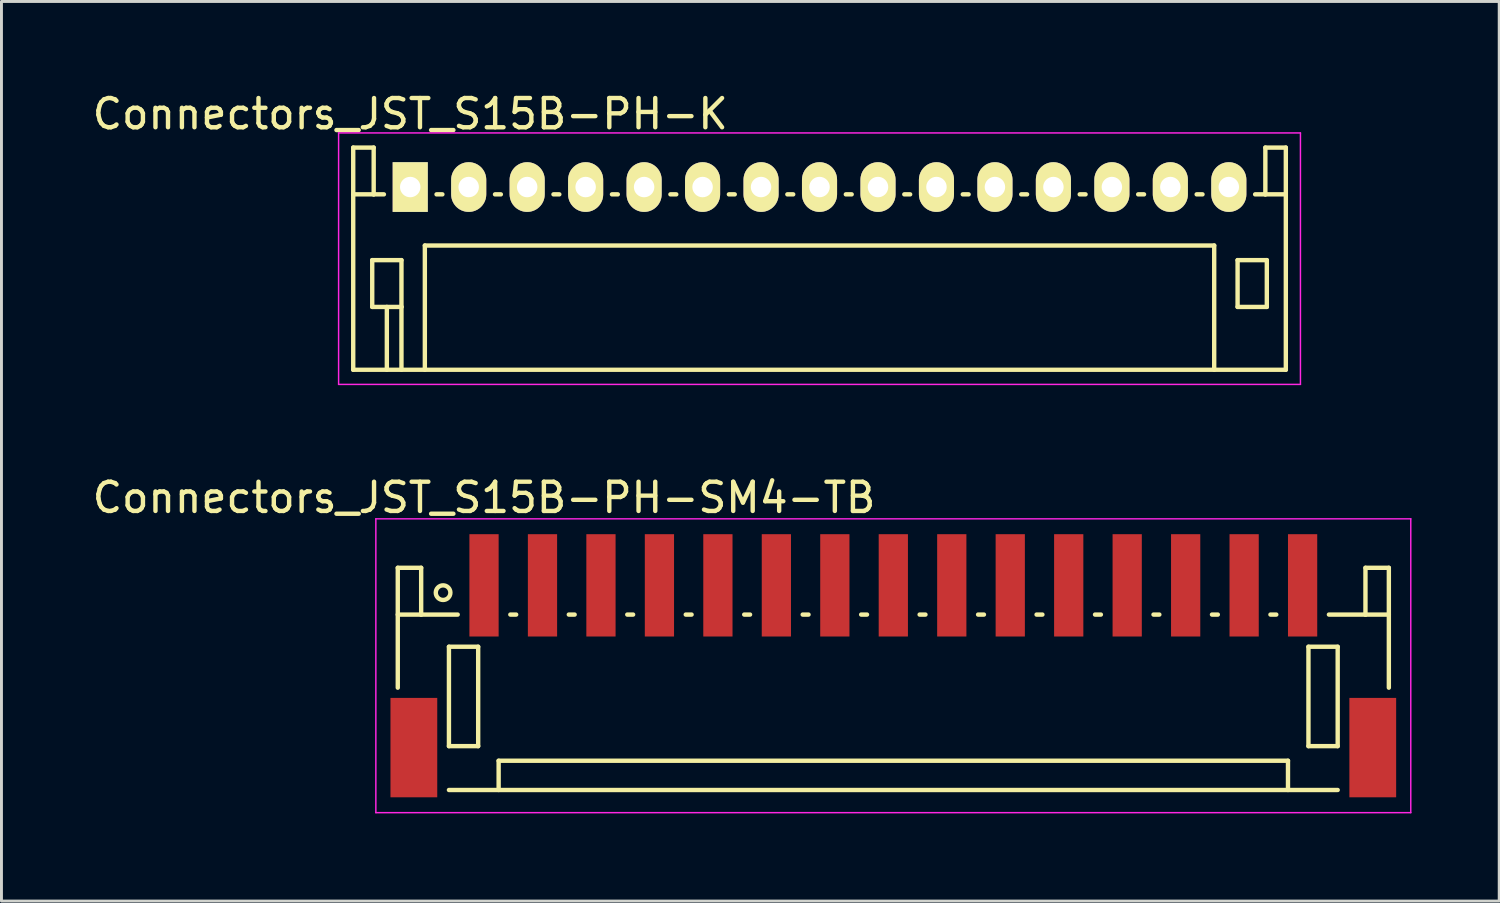
<source format=kicad_pcb>
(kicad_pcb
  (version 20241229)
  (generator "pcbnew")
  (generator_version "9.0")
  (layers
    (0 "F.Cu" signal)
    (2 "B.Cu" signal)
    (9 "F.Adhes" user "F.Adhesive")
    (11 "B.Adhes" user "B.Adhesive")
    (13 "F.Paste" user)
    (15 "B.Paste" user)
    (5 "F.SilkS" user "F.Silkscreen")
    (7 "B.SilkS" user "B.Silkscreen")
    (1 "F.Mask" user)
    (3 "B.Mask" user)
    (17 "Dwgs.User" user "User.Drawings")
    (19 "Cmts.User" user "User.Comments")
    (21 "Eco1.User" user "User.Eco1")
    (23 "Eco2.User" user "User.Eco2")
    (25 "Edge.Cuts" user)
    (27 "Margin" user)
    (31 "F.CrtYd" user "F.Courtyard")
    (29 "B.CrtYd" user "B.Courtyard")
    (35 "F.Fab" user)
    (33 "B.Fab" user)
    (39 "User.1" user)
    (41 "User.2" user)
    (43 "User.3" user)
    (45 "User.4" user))
  (footprint "Connectors_JST_S15B-PH-K"
    (layer "F.Cu")
    (at 10.982 3.348)
    (property "Reference" "Connectors_JST_S15B-PH-K" (at 0 -2.5 0) (layer "F.SilkS") (effects (font (size 1 1) (thickness 0.15))))
    (attr through_hole)
    (fp_line (start -1.95 -1.35) (end -1.95 6.25) (stroke (width 0.15) (type solid)) (layer "F.SilkS"))
    (fp_line (start -1.95 0.25) (end -1.25 0.25) (stroke (width 0.15) (type solid)) (layer "F.SilkS"))
    (fp_line (start -1.95 6.25) (end 29.95 6.25) (stroke (width 0.15) (type solid)) (layer "F.SilkS"))
    (fp_line (start -1.3 2.5) (end -1.3 4.1) (stroke (width 0.15) (type solid)) (layer "F.SilkS"))
    (fp_line (start -1.3 4.1) (end -0.3 4.1) (stroke (width 0.15) (type solid)) (layer "F.SilkS"))
    (fp_line (start -1.25 -1.35) (end -1.95 -1.35) (stroke (width 0.15) (type solid)) (layer "F.SilkS"))
    (fp_line (start -1.25 0.25) (end -1.25 -1.35) (stroke (width 0.15) (type solid)) (layer "F.SilkS"))
    (fp_line (start -0.9 0.25) (end -1.25 0.25) (stroke (width 0.15) (type solid)) (layer "F.SilkS"))
    (fp_line (start -0.8 4.1) (end -0.8 6.25) (stroke (width 0.15) (type solid)) (layer "F.SilkS"))
    (fp_line (start -0.3 2.5) (end -1.3 2.5) (stroke (width 0.15) (type solid)) (layer "F.SilkS"))
    (fp_line (start -0.3 4.1) (end -0.3 2.5) (stroke (width 0.15) (type solid)) (layer "F.SilkS"))
    (fp_line (start -0.3 4.1) (end -0.3 6.25) (stroke (width 0.15) (type solid)) (layer "F.SilkS"))
    (fp_line (start 0.5 2) (end 27.5 2) (stroke (width 0.15) (type solid)) (layer "F.SilkS"))
    (fp_line (start 0.5 6.25) (end 0.5 2) (stroke (width 0.15) (type solid)) (layer "F.SilkS"))
    (fp_line (start 0.9 0.25) (end 1.1 0.25) (stroke (width 0.15) (type solid)) (layer "F.SilkS"))
    (fp_line (start 2.9 0.25) (end 3.1 0.25) (stroke (width 0.15) (type solid)) (layer "F.SilkS"))
    (fp_line (start 4.9 0.25) (end 5.1 0.25) (stroke (width 0.15) (type solid)) (layer "F.SilkS"))
    (fp_line (start 6.9 0.25) (end 7.1 0.25) (stroke (width 0.15) (type solid)) (layer "F.SilkS"))
    (fp_line (start 8.9 0.25) (end 9.1 0.25) (stroke (width 0.15) (type solid)) (layer "F.SilkS"))
    (fp_line (start 10.9 0.25) (end 11.1 0.25) (stroke (width 0.15) (type solid)) (layer "F.SilkS"))
    (fp_line (start 12.9 0.25) (end 13.1 0.25) (stroke (width 0.15) (type solid)) (layer "F.SilkS"))
    (fp_line (start 14.9 0.25) (end 15.1 0.25) (stroke (width 0.15) (type solid)) (layer "F.SilkS"))
    (fp_line (start 16.9 0.25) (end 17.1 0.25) (stroke (width 0.15) (type solid)) (layer "F.SilkS"))
    (fp_line (start 18.9 0.25) (end 19.1 0.25) (stroke (width 0.15) (type solid)) (layer "F.SilkS"))
    (fp_line (start 20.9 0.25) (end 21.1 0.25) (stroke (width 0.15) (type solid)) (layer "F.SilkS"))
    (fp_line (start 22.9 0.25) (end 23.1 0.25) (stroke (width 0.15) (type solid)) (layer "F.SilkS"))
    (fp_line (start 24.9 0.25) (end 25.1 0.25) (stroke (width 0.15) (type solid)) (layer "F.SilkS"))
    (fp_line (start 26.9 0.25) (end 27.1 0.25) (stroke (width 0.15) (type solid)) (layer "F.SilkS"))
    (fp_line (start 27.5 2) (end 27.5 6.25) (stroke (width 0.15) (type solid)) (layer "F.SilkS"))
    (fp_line (start 28.3 2.5) (end 29.3 2.5) (stroke (width 0.15) (type solid)) (layer "F.SilkS"))
    (fp_line (start 28.3 4.1) (end 28.3 2.5) (stroke (width 0.15) (type solid)) (layer "F.SilkS"))
    (fp_line (start 29.25 -1.35) (end 29.25 0.25) (stroke (width 0.15) (type solid)) (layer "F.SilkS"))
    (fp_line (start 29.25 0.25) (end 28.9 0.25) (stroke (width 0.15) (type solid)) (layer "F.SilkS"))
    (fp_line (start 29.3 2.5) (end 29.3 4.1) (stroke (width 0.15) (type solid)) (layer "F.SilkS"))
    (fp_line (start 29.3 4.1) (end 28.3 4.1) (stroke (width 0.15) (type solid)) (layer "F.SilkS"))
    (fp_line (start 29.95 -1.35) (end 29.25 -1.35) (stroke (width 0.15) (type solid)) (layer "F.SilkS"))
    (fp_line (start 29.95 0.25) (end 29.25 0.25) (stroke (width 0.15) (type solid)) (layer "F.SilkS"))
    (fp_line (start 29.95 6.25) (end 29.95 -1.35) (stroke (width 0.15) (type solid)) (layer "F.SilkS"))
    (fp_line (start -2.45 -1.85) (end 30.45 -1.85) (stroke (width 0.05) (type solid)) (layer "F.CrtYd"))
    (fp_line (start -2.45 6.75) (end -2.45 -1.85) (stroke (width 0.05) (type solid)) (layer "F.CrtYd"))
    (fp_line (start 30.45 -1.85) (end 30.45 6.75) (stroke (width 0.05) (type solid)) (layer "F.CrtYd"))
    (fp_line (start 30.45 6.75) (end -2.45 6.75) (stroke (width 0.05) (type solid)) (layer "F.CrtYd"))
    (pad "1" thru_hole rect (at 0 0) (size 1.2 1.7) (drill 0.7) (layers "*.Cu" "*.Mask" "F.SilkS"))
    (pad "2" thru_hole oval (at 2 0) (size 1.2 1.7) (drill 0.7) (layers "*.Cu" "*.Mask" "F.SilkS"))
    (pad "3" thru_hole oval (at 4 0) (size 1.2 1.7) (drill 0.7) (layers "*.Cu" "*.Mask" "F.SilkS"))
    (pad "4" thru_hole oval (at 6 0) (size 1.2 1.7) (drill 0.7) (layers "*.Cu" "*.Mask" "F.SilkS"))
    (pad "5" thru_hole oval (at 8 0) (size 1.2 1.7) (drill 0.7) (layers "*.Cu" "*.Mask" "F.SilkS"))
    (pad "6" thru_hole oval (at 10 0) (size 1.2 1.7) (drill 0.7) (layers "*.Cu" "*.Mask" "F.SilkS"))
    (pad "7" thru_hole oval (at 12 0) (size 1.2 1.7) (drill 0.7) (layers "*.Cu" "*.Mask" "F.SilkS"))
    (pad "8" thru_hole oval (at 14 0) (size 1.2 1.7) (drill 0.7) (layers "*.Cu" "*.Mask" "F.SilkS"))
    (pad "9" thru_hole oval (at 16 0) (size 1.2 1.7) (drill 0.7) (layers "*.Cu" "*.Mask" "F.SilkS"))
    (pad "10" thru_hole oval (at 18 0) (size 1.2 1.7) (drill 0.7) (layers "*.Cu" "*.Mask" "F.SilkS"))
    (pad "11" thru_hole oval (at 20 0) (size 1.2 1.7) (drill 0.7) (layers "*.Cu" "*.Mask" "F.SilkS"))
    (pad "12" thru_hole oval (at 22 0) (size 1.2 1.7) (drill 0.7) (layers "*.Cu" "*.Mask" "F.SilkS"))
    (pad "13" thru_hole oval (at 24 0) (size 1.2 1.7) (drill 0.7) (layers "*.Cu" "*.Mask" "F.SilkS"))
    (pad "14" thru_hole oval (at 26 0) (size 1.2 1.7) (drill 0.7) (layers "*.Cu" "*.Mask" "F.SilkS"))
    (pad "15" thru_hole oval (at 28 0) (size 1.2 1.7) (drill 0.7) (layers "*.Cu" "*.Mask" "F.SilkS")))
  (footprint "Connectors_JST_S15B-PH-SM4-TB"
    (layer "F.Cu")
    (at 27.506 19.747)
    (property "Reference" "Connectors_JST_S15B-PH-SM4-TB" (at -14 -5.775 0) (layer "F.SilkS") (effects (font (size 1 1) (thickness 0.15))))
    (attr smd)
    (fp_line (start -16.95 -3.375) (end -16.95 0.725) (stroke (width 0.15) (type solid)) (layer "F.SilkS"))
    (fp_line (start -16.15 -3.375) (end -16.95 -3.375) (stroke (width 0.15) (type solid)) (layer "F.SilkS"))
    (fp_line (start -16.15 -1.775) (end -16.95 -1.775) (stroke (width 0.15) (type solid)) (layer "F.SilkS"))
    (fp_line (start -16.15 -1.775) (end -16.15 -3.375) (stroke (width 0.15) (type solid)) (layer "F.SilkS"))
    (fp_line (start -15.2 -0.675) (end -15.2 2.725) (stroke (width 0.15) (type solid)) (layer "F.SilkS"))
    (fp_line (start -15.2 2.725) (end -14.2 2.725) (stroke (width 0.15) (type solid)) (layer "F.SilkS"))
    (fp_line (start -15.2 4.225) (end 15.2 4.225) (stroke (width 0.15) (type solid)) (layer "F.SilkS"))
    (fp_line (start -14.9 -1.775) (end -16.15 -1.775) (stroke (width 0.15) (type solid)) (layer "F.SilkS"))
    (fp_line (start -14.2 -0.675) (end -15.2 -0.675) (stroke (width 0.15) (type solid)) (layer "F.SilkS"))
    (fp_line (start -14.2 2.725) (end -14.2 -0.675) (stroke (width 0.15) (type solid)) (layer "F.SilkS"))
    (fp_line (start -13.5 3.225) (end 13.5 3.225) (stroke (width 0.15) (type solid)) (layer "F.SilkS"))
    (fp_line (start -13.5 4.225) (end -13.5 3.225) (stroke (width 0.15) (type solid)) (layer "F.SilkS"))
    (fp_line (start -13.1 -1.775) (end -12.9 -1.775) (stroke (width 0.15) (type solid)) (layer "F.SilkS"))
    (fp_line (start -11.1 -1.775) (end -10.9 -1.775) (stroke (width 0.15) (type solid)) (layer "F.SilkS"))
    (fp_line (start -9.1 -1.775) (end -8.9 -1.775) (stroke (width 0.15) (type solid)) (layer "F.SilkS"))
    (fp_line (start -7.1 -1.775) (end -6.9 -1.775) (stroke (width 0.15) (type solid)) (layer "F.SilkS"))
    (fp_line (start -5.1 -1.775) (end -4.9 -1.775) (stroke (width 0.15) (type solid)) (layer "F.SilkS"))
    (fp_line (start -3.1 -1.775) (end -2.9 -1.775) (stroke (width 0.15) (type solid)) (layer "F.SilkS"))
    (fp_line (start -1.1 -1.775) (end -0.9 -1.775) (stroke (width 0.15) (type solid)) (layer "F.SilkS"))
    (fp_line (start 0.9 -1.775) (end 1.1 -1.775) (stroke (width 0.15) (type solid)) (layer "F.SilkS"))
    (fp_line (start 2.9 -1.775) (end 3.1 -1.775) (stroke (width 0.15) (type solid)) (layer "F.SilkS"))
    (fp_line (start 4.9 -1.775) (end 5.1 -1.775) (stroke (width 0.15) (type solid)) (layer "F.SilkS"))
    (fp_line (start 6.9 -1.775) (end 7.1 -1.775) (stroke (width 0.15) (type solid)) (layer "F.SilkS"))
    (fp_line (start 8.9 -1.775) (end 9.1 -1.775) (stroke (width 0.15) (type solid)) (layer "F.SilkS"))
    (fp_line (start 10.9 -1.775) (end 11.1 -1.775) (stroke (width 0.15) (type solid)) (layer "F.SilkS"))
    (fp_line (start 12.9 -1.775) (end 13.1 -1.775) (stroke (width 0.15) (type solid)) (layer "F.SilkS"))
    (fp_line (start 13.5 3.225) (end 13.5 4.225) (stroke (width 0.15) (type solid)) (layer "F.SilkS"))
    (fp_line (start 14.2 -0.675) (end 15.2 -0.675) (stroke (width 0.15) (type solid)) (layer "F.SilkS"))
    (fp_line (start 14.2 2.725) (end 14.2 -0.675) (stroke (width 0.15) (type solid)) (layer "F.SilkS"))
    (fp_line (start 14.9 -1.775) (end 16.15 -1.775) (stroke (width 0.15) (type solid)) (layer "F.SilkS"))
    (fp_line (start 15.2 -0.675) (end 15.2 2.725) (stroke (width 0.15) (type solid)) (layer "F.SilkS"))
    (fp_line (start 15.2 2.725) (end 14.2 2.725) (stroke (width 0.15) (type solid)) (layer "F.SilkS"))
    (fp_line (start 16.15 -3.375) (end 16.95 -3.375) (stroke (width 0.15) (type solid)) (layer "F.SilkS"))
    (fp_line (start 16.15 -1.775) (end 16.15 -3.375) (stroke (width 0.15) (type solid)) (layer "F.SilkS"))
    (fp_line (start 16.15 -1.775) (end 16.95 -1.775) (stroke (width 0.15) (type solid)) (layer "F.SilkS"))
    (fp_line (start 16.95 -3.375) (end 16.95 0.725) (stroke (width 0.15) (type solid)) (layer "F.SilkS"))
    (fp_circle (center -15.4 -2.525) (end -15.15 -2.525) (stroke (width 0.15) (type solid)) (fill no) (layer "F.SilkS"))
    (fp_line (start -17.7 -5.05) (end 17.7 -5.05) (stroke (width 0.05) (type solid)) (layer "F.CrtYd"))
    (fp_line (start -17.7 5) (end -17.7 -5.05) (stroke (width 0.05) (type solid)) (layer "F.CrtYd"))
    (fp_line (start 17.7 -5.05) (end 17.7 5) (stroke (width 0.05) (type solid)) (layer "F.CrtYd"))
    (fp_line (start 17.7 5) (end -17.7 5) (stroke (width 0.05) (type solid)) (layer "F.CrtYd"))
    (pad "" smd rect (at -16.4 2.775) (size 1.6 3.4) (layers "F.Cu" "F.Mask" "F.Paste"))
    (pad "" smd rect (at 16.4 2.775) (size 1.6 3.4) (layers "F.Cu" "F.Mask" "F.Paste"))
    (pad "1" smd rect (at -14 -2.775) (size 1 3.5) (layers "F.Cu" "F.Mask" "F.Paste"))
    (pad "2" smd rect (at -12 -2.775) (size 1 3.5) (layers "F.Cu" "F.Mask" "F.Paste"))
    (pad "3" smd rect (at -10 -2.775) (size 1 3.5) (layers "F.Cu" "F.Mask" "F.Paste"))
    (pad "4" smd rect (at -8 -2.775) (size 1 3.5) (layers "F.Cu" "F.Mask" "F.Paste"))
    (pad "5" smd rect (at -6 -2.775) (size 1 3.5) (layers "F.Cu" "F.Mask" "F.Paste"))
    (pad "6" smd rect (at -4 -2.775) (size 1 3.5) (layers "F.Cu" "F.Mask" "F.Paste"))
    (pad "7" smd rect (at -2 -2.775) (size 1 3.5) (layers "F.Cu" "F.Mask" "F.Paste"))
    (pad "8" smd rect (at 0 -2.775) (size 1 3.5) (layers "F.Cu" "F.Mask" "F.Paste"))
    (pad "9" smd rect (at 2 -2.775) (size 1 3.5) (layers "F.Cu" "F.Mask" "F.Paste"))
    (pad "10" smd rect (at 4 -2.775) (size 1 3.5) (layers "F.Cu" "F.Mask" "F.Paste"))
    (pad "11" smd rect (at 6 -2.775) (size 1 3.5) (layers "F.Cu" "F.Mask" "F.Paste"))
    (pad "12" smd rect (at 8 -2.775) (size 1 3.5) (layers "F.Cu" "F.Mask" "F.Paste"))
    (pad "13" smd rect (at 10 -2.775) (size 1 3.5) (layers "F.Cu" "F.Mask" "F.Paste"))
    (pad "14" smd rect (at 12 -2.775) (size 1 3.5) (layers "F.Cu" "F.Mask" "F.Paste"))
    (pad "15" smd rect (at 14 -2.775) (size 1 3.5) (layers "F.Cu" "F.Mask" "F.Paste")))
  (gr_rect
    (start -3 -3)
    (end 48.231 27.771)
    (stroke (width 0.1) (type default))
    (fill no)
    (layer "Edge.Cuts")))
</source>
